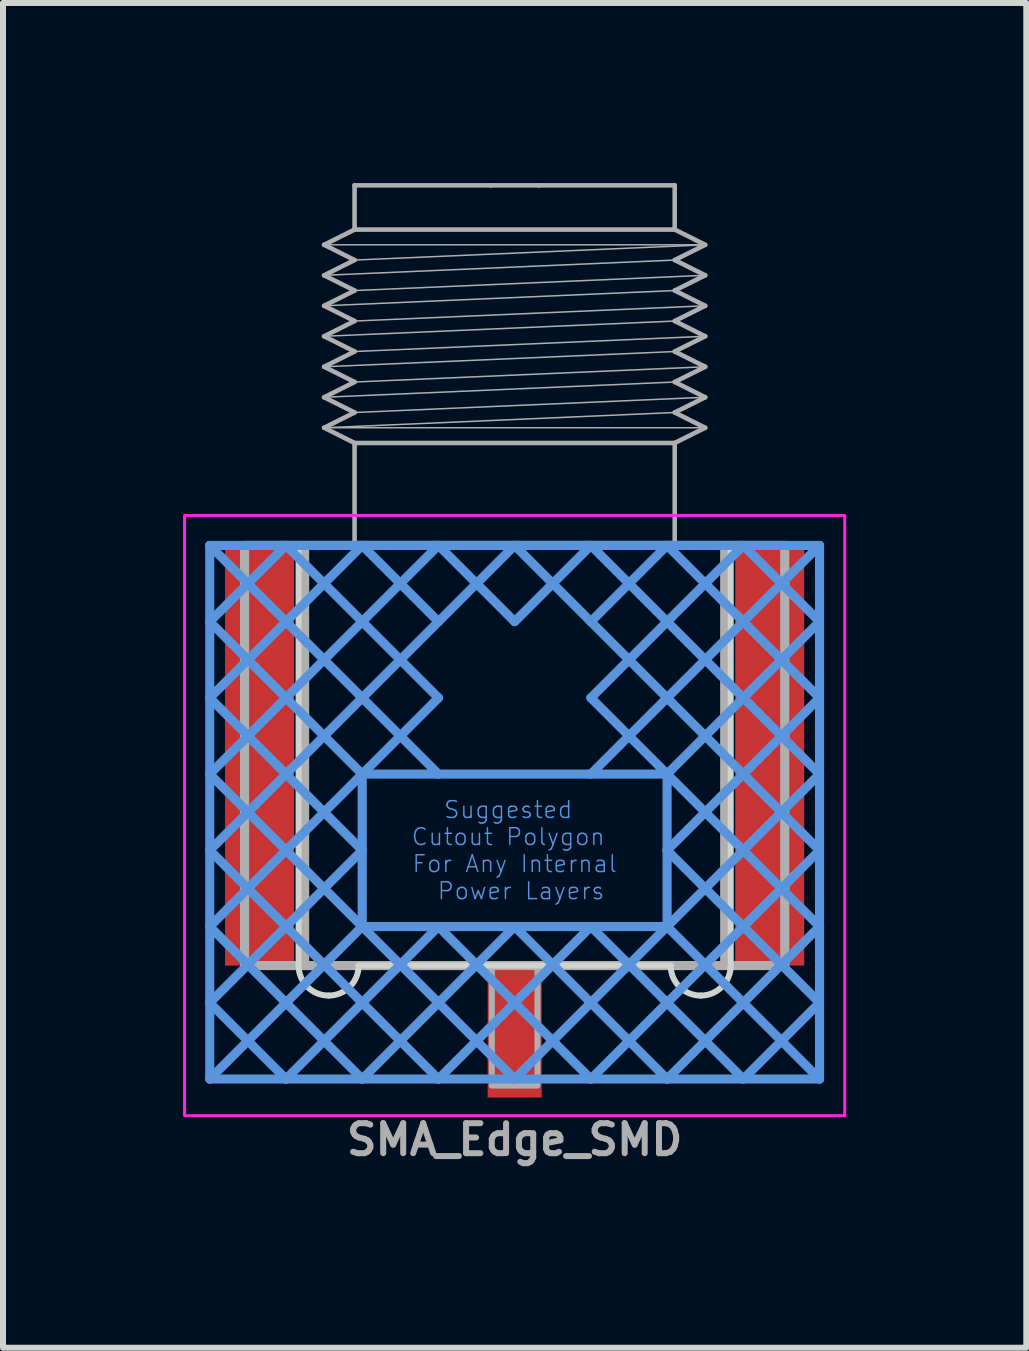
<source format=kicad_pcb>
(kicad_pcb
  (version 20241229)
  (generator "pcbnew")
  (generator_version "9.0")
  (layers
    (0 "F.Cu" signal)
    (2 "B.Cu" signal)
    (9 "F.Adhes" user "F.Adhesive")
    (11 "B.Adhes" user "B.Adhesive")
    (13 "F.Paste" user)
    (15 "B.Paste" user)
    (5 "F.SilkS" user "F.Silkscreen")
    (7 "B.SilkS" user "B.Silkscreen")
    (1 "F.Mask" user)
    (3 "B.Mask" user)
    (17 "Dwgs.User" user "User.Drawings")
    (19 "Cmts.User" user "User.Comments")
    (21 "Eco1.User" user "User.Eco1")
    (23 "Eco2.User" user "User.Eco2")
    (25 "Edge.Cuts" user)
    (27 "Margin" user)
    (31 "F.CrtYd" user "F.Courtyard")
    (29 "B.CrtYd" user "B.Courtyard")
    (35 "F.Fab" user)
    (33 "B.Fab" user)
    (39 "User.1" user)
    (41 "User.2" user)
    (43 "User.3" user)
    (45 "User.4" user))
  (footprint "SMA_Edge_SMD"
    (layer "F.Cu")
    (at 5.525 6.038)
    (property "Reference" "SMA_Edge_SMD" (at 0 9.9 0) (layer "F.Fab") (effects (font (size 0.5 0.5) (thickness 0.1) (bold yes))))
    (attr smd)
    (fp_poly (pts (xy -4.93 7) (xy -3.68 7) (xy -3.68 0) (xy -4.93 0)) (stroke (width 0) (type default)) (fill yes) (layer "F.Paste"))
    (fp_poly (pts (xy -0.55 9.39) (xy 0.55 9.39) (xy 0.55 6.99) (xy -0.55 6.99)) (stroke (width 0) (type default)) (fill yes) (layer "F.Paste"))
    (fp_poly (pts (xy 3.68 7) (xy 4.93 7) (xy 4.93 0) (xy 3.68 0)) (stroke (width 0) (type default)) (fill yes) (layer "F.Paste"))
    (fp_line (start -5.08 0) (end -5.08 1.27) (stroke (width 0.152) (type solid)) (layer "Cmts.User"))
    (fp_line (start -5.08 0) (end -1.27 3.81) (stroke (width 0.152) (type solid)) (layer "Cmts.User"))
    (fp_line (start -5.08 1.27) (end -5.08 2.54) (stroke (width 0.152) (type solid)) (layer "Cmts.User"))
    (fp_line (start -5.08 1.27) (end -2.54 3.81) (stroke (width 0.152) (type solid)) (layer "Cmts.User"))
    (fp_line (start -5.08 2.54) (end -5.08 3.81) (stroke (width 0.152) (type solid)) (layer "Cmts.User"))
    (fp_line (start -5.08 2.54) (end -2.54 5.08) (stroke (width 0.152) (type solid)) (layer "Cmts.User"))
    (fp_line (start -5.08 3.81) (end -5.08 5.08) (stroke (width 0.152) (type solid)) (layer "Cmts.User"))
    (fp_line (start -5.08 3.81) (end -2.54 6.35) (stroke (width 0.152) (type solid)) (layer "Cmts.User"))
    (fp_line (start -5.08 5.08) (end -5.08 6.35) (stroke (width 0.152) (type solid)) (layer "Cmts.User"))
    (fp_line (start -5.08 5.08) (end -1.27 8.89) (stroke (width 0.152) (type solid)) (layer "Cmts.User"))
    (fp_line (start -5.08 6.35) (end -5.08 7.62) (stroke (width 0.152) (type solid)) (layer "Cmts.User"))
    (fp_line (start -5.08 6.35) (end -2.54 8.89) (stroke (width 0.152) (type solid)) (layer "Cmts.User"))
    (fp_line (start -5.08 7.62) (end -5.08 8.89) (stroke (width 0.152) (type solid)) (layer "Cmts.User"))
    (fp_line (start -5.08 7.62) (end -3.81 8.89) (stroke (width 0.152) (type solid)) (layer "Cmts.User"))
    (fp_line (start -5.08 8.89) (end -3.81 8.89) (stroke (width 0.152) (type solid)) (layer "Cmts.User"))
    (fp_line (start -3.81 0) (end -5.08 0) (stroke (width 0.152) (type solid)) (layer "Cmts.User"))
    (fp_line (start -3.81 0) (end -5.08 1.27) (stroke (width 0.152) (type solid)) (layer "Cmts.User"))
    (fp_line (start -3.81 0) (end -1.27 2.54) (stroke (width 0.152) (type solid)) (layer "Cmts.User"))
    (fp_line (start -3.81 8.89) (end -2.54 8.89) (stroke (width 0.152) (type solid)) (layer "Cmts.User"))
    (fp_line (start -2.54 0) (end -5.08 2.54) (stroke (width 0.152) (type solid)) (layer "Cmts.User"))
    (fp_line (start -2.54 0) (end -3.81 0) (stroke (width 0.152) (type solid)) (layer "Cmts.User"))
    (fp_line (start -2.54 0) (end -1.27 1.27) (stroke (width 0.152) (type solid)) (layer "Cmts.User"))
    (fp_line (start -2.54 3.81) (end -5.08 6.35) (stroke (width 0.152) (type solid)) (layer "Cmts.User"))
    (fp_line (start -2.54 3.81) (end -2.54 5.08) (stroke (width 0.152) (type solid)) (layer "Cmts.User"))
    (fp_line (start -2.54 5.08) (end -5.08 7.62) (stroke (width 0.152) (type solid)) (layer "Cmts.User"))
    (fp_line (start -2.54 5.08) (end -2.54 6.35) (stroke (width 0.152) (type solid)) (layer "Cmts.User"))
    (fp_line (start -2.54 6.35) (end -5.08 8.89) (stroke (width 0.152) (type solid)) (layer "Cmts.User"))
    (fp_line (start -2.54 6.35) (end -1.27 6.35) (stroke (width 0.152) (type solid)) (layer "Cmts.User"))
    (fp_line (start -2.54 6.35) (end 0 8.89) (stroke (width 0.152) (type solid)) (layer "Cmts.User"))
    (fp_line (start -2.54 8.89) (end -1.27 8.89) (stroke (width 0.152) (type solid)) (layer "Cmts.User"))
    (fp_line (start -1.27 0) (end -5.08 3.81) (stroke (width 0.152) (type solid)) (layer "Cmts.User"))
    (fp_line (start -1.27 0) (end -2.54 0) (stroke (width 0.152) (type solid)) (layer "Cmts.User"))
    (fp_line (start -1.27 0) (end 0 1.27) (stroke (width 0.152) (type solid)) (layer "Cmts.User"))
    (fp_line (start -1.27 1.27) (end -5.08 5.08) (stroke (width 0.152) (type solid)) (layer "Cmts.User"))
    (fp_line (start -1.27 2.54) (end -2.54 3.81) (stroke (width 0.152) (type solid)) (layer "Cmts.User"))
    (fp_line (start -1.27 3.81) (end -2.54 3.81) (stroke (width 0.152) (type solid)) (layer "Cmts.User"))
    (fp_line (start -1.27 6.35) (end -3.81 8.89) (stroke (width 0.152) (type solid)) (layer "Cmts.User"))
    (fp_line (start -1.27 6.35) (end 0 6.35) (stroke (width 0.152) (type solid)) (layer "Cmts.User"))
    (fp_line (start -1.27 6.35) (end 1.27 8.89) (stroke (width 0.152) (type solid)) (layer "Cmts.User"))
    (fp_line (start -1.27 8.89) (end 0 8.89) (stroke (width 0.152) (type solid)) (layer "Cmts.User"))
    (fp_line (start 0 0) (end -1.27 0) (stroke (width 0.152) (type solid)) (layer "Cmts.User"))
    (fp_line (start 0 0) (end -1.27 1.27) (stroke (width 0.152) (type solid)) (layer "Cmts.User"))
    (fp_line (start 0 0) (end 1.27 1.27) (stroke (width 0.152) (type solid)) (layer "Cmts.User"))
    (fp_line (start 0 6.35) (end -2.54 8.89) (stroke (width 0.152) (type solid)) (layer "Cmts.User"))
    (fp_line (start 0 6.35) (end 1.27 6.35) (stroke (width 0.152) (type solid)) (layer "Cmts.User"))
    (fp_line (start 0 6.35) (end 2.54 8.89) (stroke (width 0.152) (type solid)) (layer "Cmts.User"))
    (fp_line (start 0 8.89) (end 1.27 8.89) (stroke (width 0.152) (type solid)) (layer "Cmts.User"))
    (fp_line (start 1.27 0) (end 0 0) (stroke (width 0.152) (type solid)) (layer "Cmts.User"))
    (fp_line (start 1.27 0) (end 0 1.27) (stroke (width 0.152) (type solid)) (layer "Cmts.User"))
    (fp_line (start 1.27 0) (end 5.08 3.81) (stroke (width 0.152) (type solid)) (layer "Cmts.User"))
    (fp_line (start 1.27 1.27) (end 5.08 5.08) (stroke (width 0.152) (type solid)) (layer "Cmts.User"))
    (fp_line (start 1.27 2.54) (end 2.54 3.81) (stroke (width 0.152) (type solid)) (layer "Cmts.User"))
    (fp_line (start 1.27 3.81) (end -1.27 3.81) (stroke (width 0.152) (type solid)) (layer "Cmts.User"))
    (fp_line (start 1.27 6.35) (end -1.27 8.89) (stroke (width 0.152) (type solid)) (layer "Cmts.User"))
    (fp_line (start 1.27 6.35) (end 2.54 6.35) (stroke (width 0.152) (type solid)) (layer "Cmts.User"))
    (fp_line (start 1.27 6.35) (end 3.81 8.89) (stroke (width 0.152) (type solid)) (layer "Cmts.User"))
    (fp_line (start 1.27 8.89) (end 2.54 8.89) (stroke (width 0.152) (type solid)) (layer "Cmts.User"))
    (fp_line (start 2.54 0) (end 1.27 0) (stroke (width 0.152) (type solid)) (layer "Cmts.User"))
    (fp_line (start 2.54 0) (end 1.27 1.27) (stroke (width 0.152) (type solid)) (layer "Cmts.User"))
    (fp_line (start 2.54 0) (end 5.08 2.54) (stroke (width 0.152) (type solid)) (layer "Cmts.User"))
    (fp_line (start 2.54 3.81) (end 1.27 3.81) (stroke (width 0.152) (type solid)) (layer "Cmts.User"))
    (fp_line (start 2.54 3.81) (end 5.08 6.35) (stroke (width 0.152) (type solid)) (layer "Cmts.User"))
    (fp_line (start 2.54 5.08) (end 2.54 3.81) (stroke (width 0.152) (type solid)) (layer "Cmts.User"))
    (fp_line (start 2.54 5.08) (end 5.08 7.62) (stroke (width 0.152) (type solid)) (layer "Cmts.User"))
    (fp_line (start 2.54 6.35) (end 0 8.89) (stroke (width 0.152) (type solid)) (layer "Cmts.User"))
    (fp_line (start 2.54 6.35) (end 2.54 5.08) (stroke (width 0.152) (type solid)) (layer "Cmts.User"))
    (fp_line (start 2.54 6.35) (end 5.08 8.89) (stroke (width 0.152) (type solid)) (layer "Cmts.User"))
    (fp_line (start 2.54 8.89) (end 3.81 8.89) (stroke (width 0.152) (type solid)) (layer "Cmts.User"))
    (fp_line (start 3.81 0) (end 1.27 2.54) (stroke (width 0.152) (type solid)) (layer "Cmts.User"))
    (fp_line (start 3.81 0) (end 2.54 0) (stroke (width 0.152) (type solid)) (layer "Cmts.User"))
    (fp_line (start 3.81 8.89) (end 5.08 8.89) (stroke (width 0.152) (type solid)) (layer "Cmts.User"))
    (fp_line (start 5.08 0) (end 1.27 3.81) (stroke (width 0.152) (type solid)) (layer "Cmts.User"))
    (fp_line (start 5.08 0) (end 3.81 0) (stroke (width 0.152) (type solid)) (layer "Cmts.User"))
    (fp_line (start 5.08 1.27) (end 2.54 3.81) (stroke (width 0.152) (type solid)) (layer "Cmts.User"))
    (fp_line (start 5.08 1.27) (end 3.81 0) (stroke (width 0.152) (type solid)) (layer "Cmts.User"))
    (fp_line (start 5.08 1.27) (end 5.08 0) (stroke (width 0.152) (type solid)) (layer "Cmts.User"))
    (fp_line (start 5.08 2.54) (end 2.54 5.08) (stroke (width 0.152) (type solid)) (layer "Cmts.User"))
    (fp_line (start 5.08 2.54) (end 5.08 1.27) (stroke (width 0.152) (type solid)) (layer "Cmts.User"))
    (fp_line (start 5.08 3.81) (end 2.54 6.35) (stroke (width 0.152) (type solid)) (layer "Cmts.User"))
    (fp_line (start 5.08 3.81) (end 5.08 2.54) (stroke (width 0.152) (type solid)) (layer "Cmts.User"))
    (fp_line (start 5.08 5.08) (end 1.27 8.89) (stroke (width 0.152) (type solid)) (layer "Cmts.User"))
    (fp_line (start 5.08 5.08) (end 5.08 3.81) (stroke (width 0.152) (type solid)) (layer "Cmts.User"))
    (fp_line (start 5.08 6.35) (end 2.54 8.89) (stroke (width 0.152) (type solid)) (layer "Cmts.User"))
    (fp_line (start 5.08 6.35) (end 5.08 5.08) (stroke (width 0.152) (type solid)) (layer "Cmts.User"))
    (fp_line (start 5.08 7.62) (end 3.81 8.89) (stroke (width 0.152) (type solid)) (layer "Cmts.User"))
    (fp_line (start 5.08 7.62) (end 5.08 6.35) (stroke (width 0.152) (type solid)) (layer "Cmts.User"))
    (fp_line (start 5.08 8.89) (end 5.08 7.62) (stroke (width 0.152) (type solid)) (layer "Cmts.User"))
    (fp_line (start -5.08 0) (end -3.6 0) (stroke (width 0.1) (type default)) (layer "Edge.Cuts"))
    (fp_line (start -3.6 0) (end -3.6 7) (stroke (width 0.1) (type default)) (layer "Edge.Cuts"))
    (fp_line (start -2.6 7) (end 2.6 7) (stroke (width 0.1) (type default)) (layer "Edge.Cuts"))
    (fp_line (start 3.6 0) (end 5.08 0) (stroke (width 0.1) (type default)) (layer "Edge.Cuts"))
    (fp_line (start 3.6 7) (end 3.6 0) (stroke (width 0.1) (type default)) (layer "Edge.Cuts"))
    (fp_arc (start -3.1 7.5) (mid -3.453553 7.353553) (end -3.6 7) (stroke (width 0.1) (type default)) (layer "Edge.Cuts"))
    (fp_arc (start -2.6 7) (mid -2.746447 7.353553) (end -3.1 7.5) (stroke (width 0.1) (type default)) (layer "Edge.Cuts"))
    (fp_arc (start 3.1 7.5) (mid 2.746447 7.353553) (end 2.6 7) (stroke (width 0.1) (type default)) (layer "Edge.Cuts"))
    (fp_arc (start 3.6 7) (mid 3.453553 7.353553) (end 3.1 7.5) (stroke (width 0.1) (type default)) (layer "Edge.Cuts"))
    (fp_rect (start -5.5 -0.5) (end 5.5 9.5) (stroke (width 0.05) (type default)) (fill no) (layer "F.CrtYd"))
    (fp_line (start -4.5 0) (end -2.667 0) (stroke (width 0.152) (type solid)) (layer "F.Fab"))
    (fp_line (start -4.5 7) (end -4.5 0) (stroke (width 0.152) (type solid)) (layer "F.Fab"))
    (fp_line (start -3.5 7) (end -3.5 0) (stroke (width 0.152) (type solid)) (layer "F.Fab"))
    (fp_line (start -3.175 -5.009) (end -2.667 -5.263) (stroke (width 0.076) (type solid)) (layer "F.Fab"))
    (fp_line (start -3.175 -4.501) (end -2.667 -4.755) (stroke (width 0.076) (type solid)) (layer "F.Fab"))
    (fp_line (start -3.175 -4.501) (end 2.667 -4.755) (stroke (width 0.025) (type solid)) (layer "F.Fab"))
    (fp_line (start -3.175 -3.993) (end -2.667 -4.247) (stroke (width 0.076) (type solid)) (layer "F.Fab"))
    (fp_line (start -3.175 -3.993) (end -2.667 -3.739) (stroke (width 0.076) (type solid)) (layer "F.Fab"))
    (fp_line (start -3.175 -3.993) (end 2.667 -4.247) (stroke (width 0.025) (type solid)) (layer "F.Fab"))
    (fp_line (start -3.175 -3.485) (end -2.667 -3.739) (stroke (width 0.076) (type solid)) (layer "F.Fab"))
    (fp_line (start -3.175 -3.485) (end 2.667 -3.739) (stroke (width 0.025) (type solid)) (layer "F.Fab"))
    (fp_line (start -3.175 -2.977) (end -2.667 -3.231) (stroke (width 0.076) (type solid)) (layer "F.Fab"))
    (fp_line (start -3.175 -2.977) (end 2.667 -3.231) (stroke (width 0.025) (type solid)) (layer "F.Fab"))
    (fp_line (start -3.175 -2.469) (end -2.667 -2.723) (stroke (width 0.076) (type solid)) (layer "F.Fab"))
    (fp_line (start -3.175 -2.469) (end 2.667 -2.723) (stroke (width 0.025) (type solid)) (layer "F.Fab"))
    (fp_line (start -3.175 -1.961) (end -2.667 -2.215) (stroke (width 0.076) (type solid)) (layer "F.Fab"))
    (fp_line (start -3.175 -1.961) (end 2.667 -2.215) (stroke (width 0.025) (type solid)) (layer "F.Fab"))
    (fp_line (start -3.175 -1.961) (end 3.175 -1.961) (stroke (width 0.025) (type solid)) (layer "F.Fab"))
    (fp_line (start -2.667 -6) (end -0.4 -6) (stroke (width 0.076) (type solid)) (layer "F.Fab"))
    (fp_line (start -2.667 -5.263) (end -2.667 -6) (stroke (width 0.076) (type solid)) (layer "F.Fab"))
    (fp_line (start -2.667 -5.263) (end 2.667 -5.263) (stroke (width 0.076) (type solid)) (layer "F.Fab"))
    (fp_line (start -2.667 -4.755) (end -3.175 -5.009) (stroke (width 0.076) (type solid)) (layer "F.Fab"))
    (fp_line (start -2.667 -4.755) (end 3.175 -5.009) (stroke (width 0.025) (type solid)) (layer "F.Fab"))
    (fp_line (start -2.667 -4.247) (end -3.175 -4.501) (stroke (width 0.076) (type solid)) (layer "F.Fab"))
    (fp_line (start -2.667 -4.247) (end 3.175 -4.501) (stroke (width 0.025) (type solid)) (layer "F.Fab"))
    (fp_line (start -2.667 -3.739) (end 3.175 -3.993) (stroke (width 0.025) (type solid)) (layer "F.Fab"))
    (fp_line (start -2.667 -3.231) (end -3.175 -3.485) (stroke (width 0.076) (type solid)) (layer "F.Fab"))
    (fp_line (start -2.667 -3.231) (end 3.175 -3.485) (stroke (width 0.025) (type solid)) (layer "F.Fab"))
    (fp_line (start -2.667 -2.723) (end -3.175 -2.977) (stroke (width 0.076) (type solid)) (layer "F.Fab"))
    (fp_line (start -2.667 -2.723) (end 3.175 -2.977) (stroke (width 0.025) (type solid)) (layer "F.Fab"))
    (fp_line (start -2.667 -2.215) (end -3.175 -2.469) (stroke (width 0.076) (type solid)) (layer "F.Fab"))
    (fp_line (start -2.667 -2.215) (end 3.175 -2.469) (stroke (width 0.025) (type solid)) (layer "F.Fab"))
    (fp_line (start -2.667 -1.707) (end -3.175 -1.961) (stroke (width 0.076) (type solid)) (layer "F.Fab"))
    (fp_line (start -2.667 -1.707) (end 2.667 -1.707) (stroke (width 0.076) (type solid)) (layer "F.Fab"))
    (fp_line (start -2.667 0) (end -2.667 -1.707) (stroke (width 0.076) (type solid)) (layer "F.Fab"))
    (fp_line (start -2.667 0) (end 2.667 0) (stroke (width 0.152) (type solid)) (layer "F.Fab"))
    (fp_line (start -0.4 -6) (end 0.4 -6) (stroke (width 0.076) (type solid)) (layer "F.Fab"))
    (fp_line (start 0.4 -6) (end 2.667 -6) (stroke (width 0.076) (type solid)) (layer "F.Fab"))
    (fp_line (start 2.667 -6) (end 2.667 -5.263) (stroke (width 0.076) (type solid)) (layer "F.Fab"))
    (fp_line (start 2.667 -5.263) (end 3.175 -5.009) (stroke (width 0.076) (type solid)) (layer "F.Fab"))
    (fp_line (start 2.667 -4.755) (end 3.175 -4.501) (stroke (width 0.076) (type solid)) (layer "F.Fab"))
    (fp_line (start 2.667 -4.247) (end 3.175 -3.993) (stroke (width 0.076) (type solid)) (layer "F.Fab"))
    (fp_line (start 2.667 -3.739) (end 3.175 -3.485) (stroke (width 0.076) (type solid)) (layer "F.Fab"))
    (fp_line (start 2.667 -3.231) (end 3.175 -2.977) (stroke (width 0.076) (type solid)) (layer "F.Fab"))
    (fp_line (start 2.667 -2.723) (end 3.175 -2.469) (stroke (width 0.076) (type solid)) (layer "F.Fab"))
    (fp_line (start 2.667 -2.215) (end 3.175 -1.961) (stroke (width 0.076) (type solid)) (layer "F.Fab"))
    (fp_line (start 2.667 -1.707) (end 2.667 0) (stroke (width 0.076) (type solid)) (layer "F.Fab"))
    (fp_line (start 2.667 0) (end 4.5 0) (stroke (width 0.152) (type solid)) (layer "F.Fab"))
    (fp_line (start 3.175 -5.009) (end -3.175 -5.009) (stroke (width 0.025) (type solid)) (layer "F.Fab"))
    (fp_line (start 3.175 -5.009) (end 2.667 -4.755) (stroke (width 0.076) (type solid)) (layer "F.Fab"))
    (fp_line (start 3.175 -4.501) (end 2.667 -4.247) (stroke (width 0.076) (type solid)) (layer "F.Fab"))
    (fp_line (start 3.175 -3.993) (end 2.667 -3.739) (stroke (width 0.076) (type solid)) (layer "F.Fab"))
    (fp_line (start 3.175 -3.485) (end 2.667 -3.231) (stroke (width 0.076) (type solid)) (layer "F.Fab"))
    (fp_line (start 3.175 -2.977) (end 2.667 -2.723) (stroke (width 0.076) (type solid)) (layer "F.Fab"))
    (fp_line (start 3.175 -2.469) (end 2.667 -2.215) (stroke (width 0.076) (type solid)) (layer "F.Fab"))
    (fp_line (start 3.175 -1.961) (end 2.667 -1.707) (stroke (width 0.076) (type solid)) (layer "F.Fab"))
    (fp_line (start 3.5 0) (end 3.5 7) (stroke (width 0.152) (type solid)) (layer "F.Fab"))
    (fp_line (start 4.5 0) (end 4.5 7) (stroke (width 0.152) (type solid)) (layer "F.Fab"))
    (fp_line (start 4.5 7) (end -4.5 7) (stroke (width 0.152) (type solid)) (layer "F.Fab"))
    (fp_poly (pts (xy 0.38 7) (xy -0.38 7) (xy -0.38 9) (xy 0.38 9)) (stroke (width 0.1) (type default)) (fill no) (layer "F.Fab"))
    (fp_text user "Suggested \nCutout Polygon \nFor Any Internal\n Power Layers" (at 0 5.08 0) (layer "Cmts.User") (effects (font (size 0.28 0.28) (thickness 0.024))))
    (fp_text user "Out" (at 0 3.1 0) (unlocked yes) (layer "Edge.Cuts") (effects (font (size 0.5 0.5) (thickness 0.1) (bold yes))))
    (fp_text user "Route" (at 0 2 0) (unlocked yes) (layer "Edge.Cuts") (effects (font (size 0.5 0.5) (thickness 0.1) (bold yes))))
    (pad "1" smd rect (at 0 8.1) (size 0.9 2.2) (layers "F.Cu" "F.Mask"))
    (pad "2" smd rect (at -4.25 3.5) (size 1.15 7) (layers "F.Cu" "F.Mask"))
    (pad "2" smd rect (at 4.25 3.5) (size 1.15 7) (layers "F.Cu" "F.Mask")))
  (gr_rect
    (start -3 -3)
    (end 14.05 19.406)
    (stroke (width 0.1) (type default))
    (fill no)
    (layer "Edge.Cuts")))
</source>
